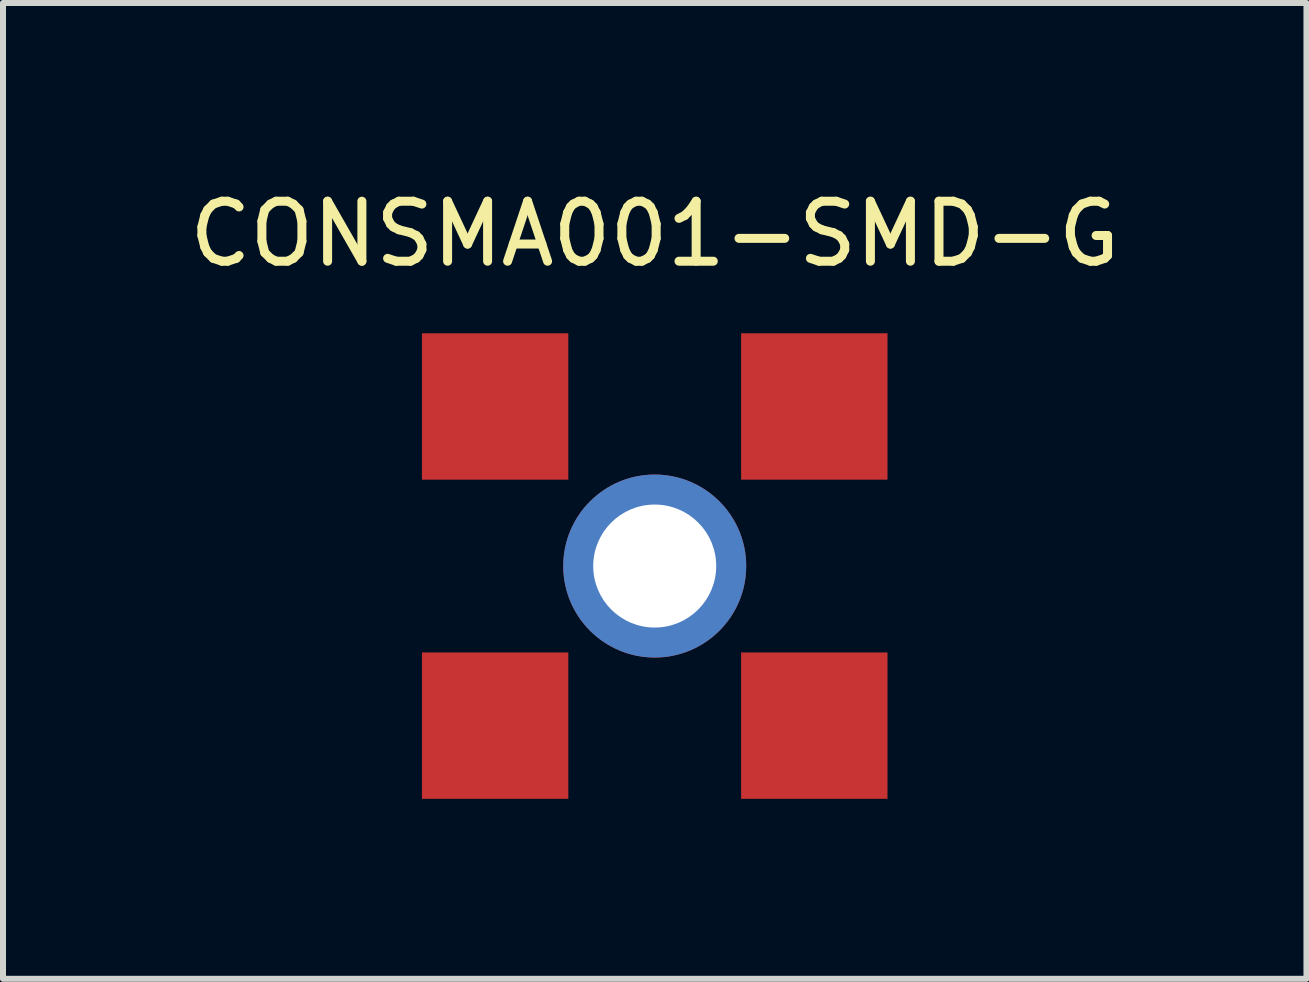
<source format=kicad_pcb>
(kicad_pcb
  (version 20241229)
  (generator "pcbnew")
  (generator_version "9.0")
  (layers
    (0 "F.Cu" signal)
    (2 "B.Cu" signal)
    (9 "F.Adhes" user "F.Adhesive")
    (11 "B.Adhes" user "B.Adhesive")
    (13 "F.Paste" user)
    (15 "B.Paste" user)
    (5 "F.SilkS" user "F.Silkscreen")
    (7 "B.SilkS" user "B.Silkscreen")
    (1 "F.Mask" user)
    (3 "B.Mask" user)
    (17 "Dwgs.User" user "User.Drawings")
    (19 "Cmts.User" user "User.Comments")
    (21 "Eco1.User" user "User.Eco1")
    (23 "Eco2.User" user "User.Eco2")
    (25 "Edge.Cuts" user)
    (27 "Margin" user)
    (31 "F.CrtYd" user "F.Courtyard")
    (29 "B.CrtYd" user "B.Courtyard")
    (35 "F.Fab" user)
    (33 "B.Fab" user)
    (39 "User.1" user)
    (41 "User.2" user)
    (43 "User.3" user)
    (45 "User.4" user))
  (footprint "CONSMA001-SMD-G"
    (layer "F.Cu")
    (at 7.863 6.385)
    (property "Reference" "CONSMA001-SMD-G" (at 0 -5.536 0) (layer "F.SilkS") (effects (font (size 1 1) (thickness 0.15))))
    (attr through_hole)
    (pad "1" thru_hole circle (at 0 0) (size 3.05 3.05) (drill 2.05) (layers "*.Cu" "*.Mask"))
    (pad "2" smd rect (at -2.66 -2.66 90) (size 2.44 2.44) (layers "F.Cu" "F.Mask" "F.Paste"))
    (pad "2" smd rect (at -2.66 2.66) (size 2.44 2.44) (layers "F.Cu" "F.Mask" "F.Paste"))
    (pad "2" smd rect (at 2.66 -2.66) (size 2.44 2.44) (layers "F.Cu" "F.Mask" "F.Paste"))
    (pad "2" smd rect (at 2.66 2.66) (size 2.44 2.44) (layers "F.Cu" "F.Mask" "F.Paste")))
  (gr_rect
    (start -3 -3)
    (end 18.726 13.265)
    (stroke (width 0.1) (type default))
    (fill no)
    (layer "Edge.Cuts")))
</source>
